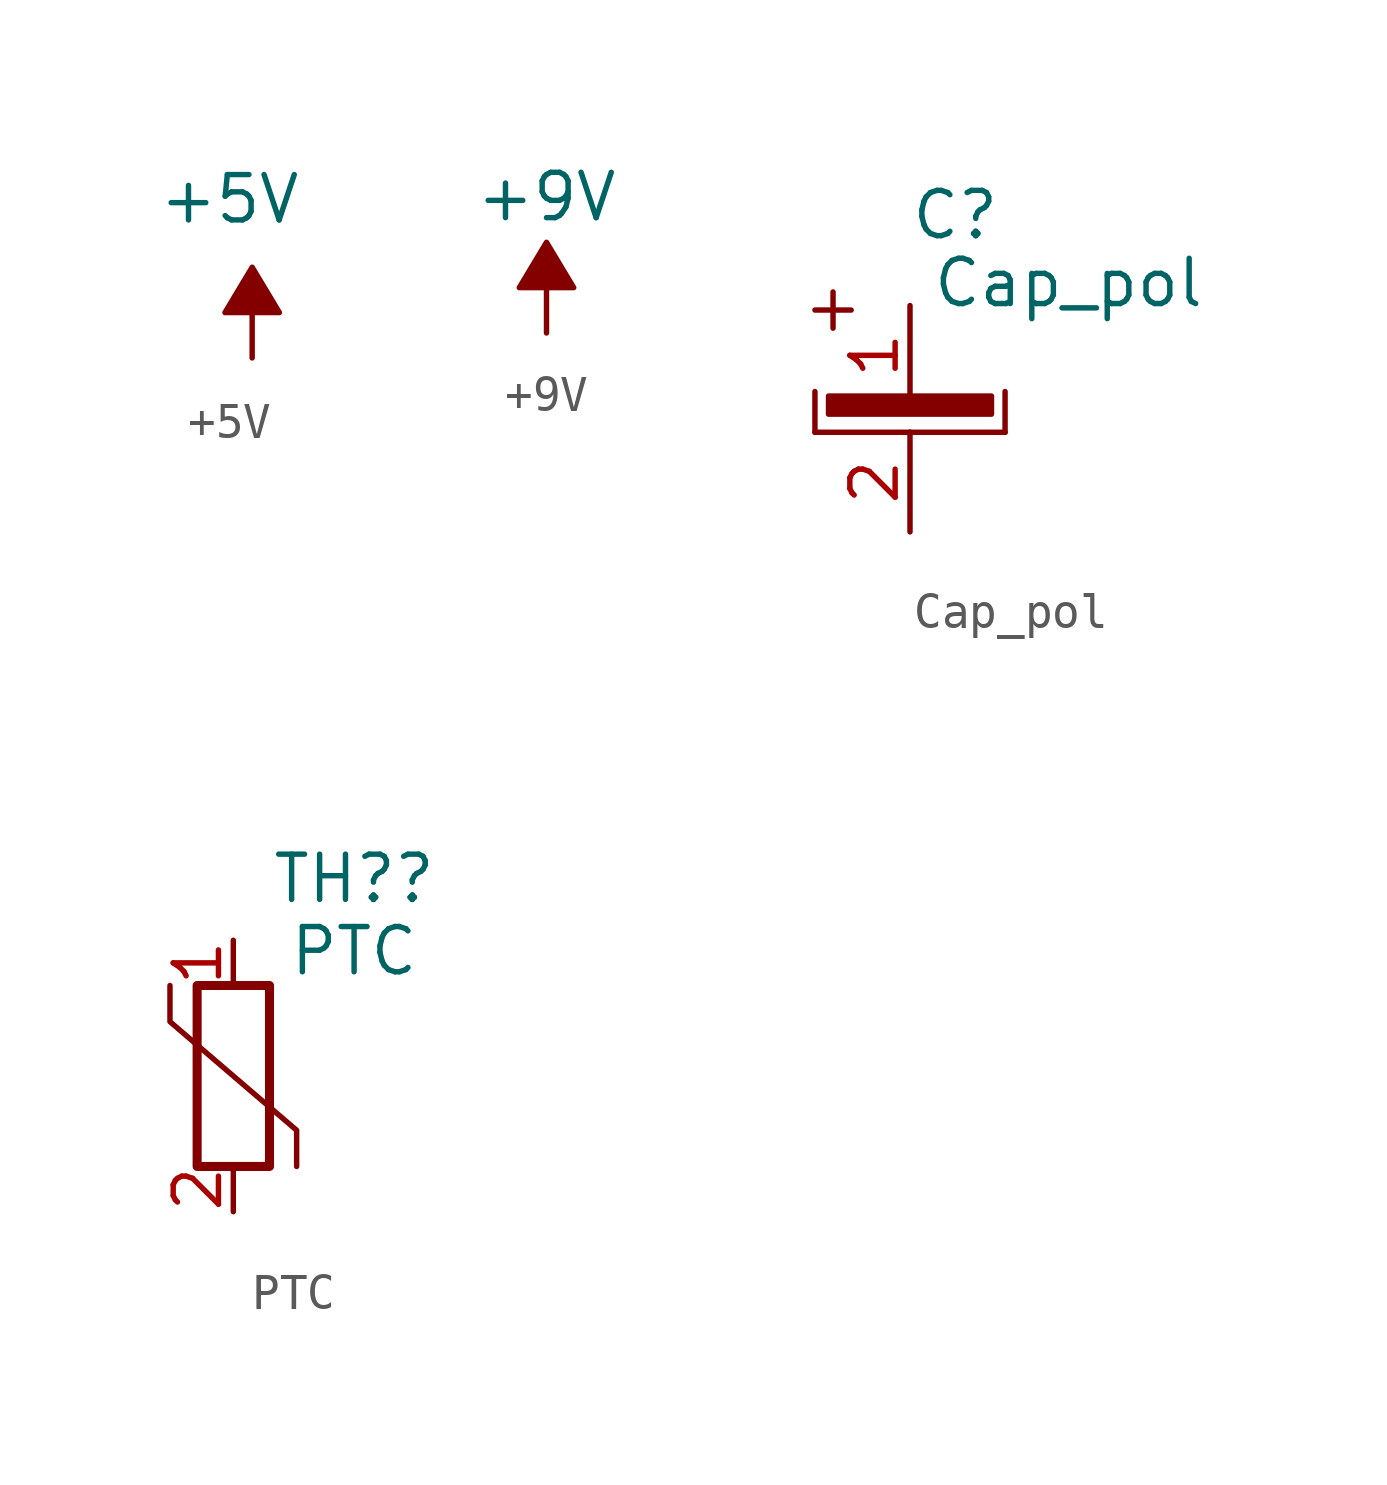
<source format=kicad_sym>
(kicad_symbol_lib
  (version 20211014)
  (generator kicad_symbol_editor)
  (symbol "+5V"
    (power)
    (property "Reference" "#PWR?"
      (at 0.635 7.62 0)
      (effects (font (size 1.27 1.27)) hide))
    (property "Value" "+5V"
      (at -0.635 4.445 0)
      (effects (font (size 1.27 1.27))))
    (symbol "+5V_0_0"
      (pin power_in line (at 0 0 180) (length 0) hide (name "#PWR?" (effects (font (size 1.27 1.27)))) (number "" (effects (font (size 1.27 1.27))))))
    (symbol "+5V_0_1"
      (polyline (pts (xy 0 0) (xy 0 1.27) (xy 0.762 1.27) (xy 0 2.54) (xy -0.762 1.27) (xy 0 1.27)) (stroke (width 0) (type default) (color 0 0 0 0)) (fill (type outline)))))
  (symbol "+9V"
    (power)
    (property "Reference" "PWR?"
      (at 0 2.54 0)
      (effects (font (size 1.27 1.27)) hide))
    (property "Value" "+9V"
      (at 0 0 0)
      (effects (font (size 1.27 1.27))))
    (symbol "+9V_0_0"
      (pin power_in line (at 0 -3.81 180) (length 0) hide (name "#PWR?" (effects (font (size 1.27 1.27)))) (number "" (effects (font (size 1.27 1.27))))))
    (symbol "+9V_0_1"
      (polyline (pts (xy 0 -3.81) (xy 0 -2.54) (xy 0.762 -2.54) (xy 0 -1.27) (xy -0.762 -2.54) (xy 0 -2.54)) (stroke (width 0) (type default) (color 0 0 0 0)) (fill (type outline)))))
  (symbol "Cap_pol"
    (property "Reference" "C"
      (at 1.27 5.715 0)
      (effects (font (size 1.27 1.27))))
    (property "Value" "Cap_pol"
      (at 4.445 3.81 0)
      (effects (font (size 1.27 1.27))))
    (symbol "Cap_pol_0_1"
      (polyline (pts (xy -2.667 -0.381) (xy -2.667 0.762)) (stroke (width 0) (type default) (color 0 0 0 0)) (fill (type none)))
      (polyline (pts (xy -2.667 3.048) (xy -1.651 3.048)) (stroke (width 0) (type default) (color 0 0 0 0)) (fill (type none)))
      (polyline (pts (xy -2.159 3.556) (xy -2.159 2.54)) (stroke (width 0) (type default) (color 0 0 0 0)) (fill (type none)))
      (polyline (pts (xy 0 -0.381) (xy -2.667 -0.381)) (stroke (width 0) (type default) (color 0 0 0 0)) (fill (type none)))
      (polyline (pts (xy 0 -0.381) (xy 2.667 -0.381)) (stroke (width 0) (type default) (color 0 0 0 0)) (fill (type none)))
      (polyline (pts (xy 2.667 -0.381) (xy 2.667 0.762)) (stroke (width 0) (type default) (color 0 0 0 0)) (fill (type none)))
      (rectangle (start 2.286 0.635) (end -2.286 0.127) (stroke (width 0) (type default) (color 0 0 0 0)) (fill (type outline))))
    (symbol "Cap_pol_1_1"
      (pin input line (at 0 3.175 270) (length 2.794) (name "~" (effects (font (size 1.27 1.27)))) (number "1" (effects (font (size 1.27 1.27)))))
      (pin input line (at 0 -3.175 90) (length 2.794) (name "~" (effects (font (size 1.27 1.27)))) (number "2" (effects (font (size 1.27 1.27)))))))
  (symbol "PTC"
    (property "Reference" "TH?"
      (at 3.556 5.588 0)
      (effects (font (size 1.27 1.27))))
    (property "Value" "PTC"
      (at 3.556 3.556 0)
      (effects (font (size 1.27 1.27))))
    (symbol "PTC_0_1"
      (rectangle (start -0.851 2.591) (end 1.181 -2.489) (stroke (width 0.254) (type default) (color 0 0 0 0)) (fill (type none)))
      (polyline (pts (xy -1.613 2.591) (xy -1.613 1.575) (xy 1.943 -1.473) (xy 1.943 -2.489)) (stroke (width 0) (type default) (color 0 0 0 0)) (fill (type none))))
    (symbol "PTC_1_1"
      (pin passive line (at 0.165 3.861 270) (length 1.27) (name "~" (effects (font (size 1.27 1.27)))) (number "1" (effects (font (size 1.27 1.27)))))
      (pin passive line (at 0.165 -3.759 90) (length 1.27) (name "~" (effects (font (size 1.27 1.27)))) (number "2" (effects (font (size 1.27 1.27))))))))
</source>
